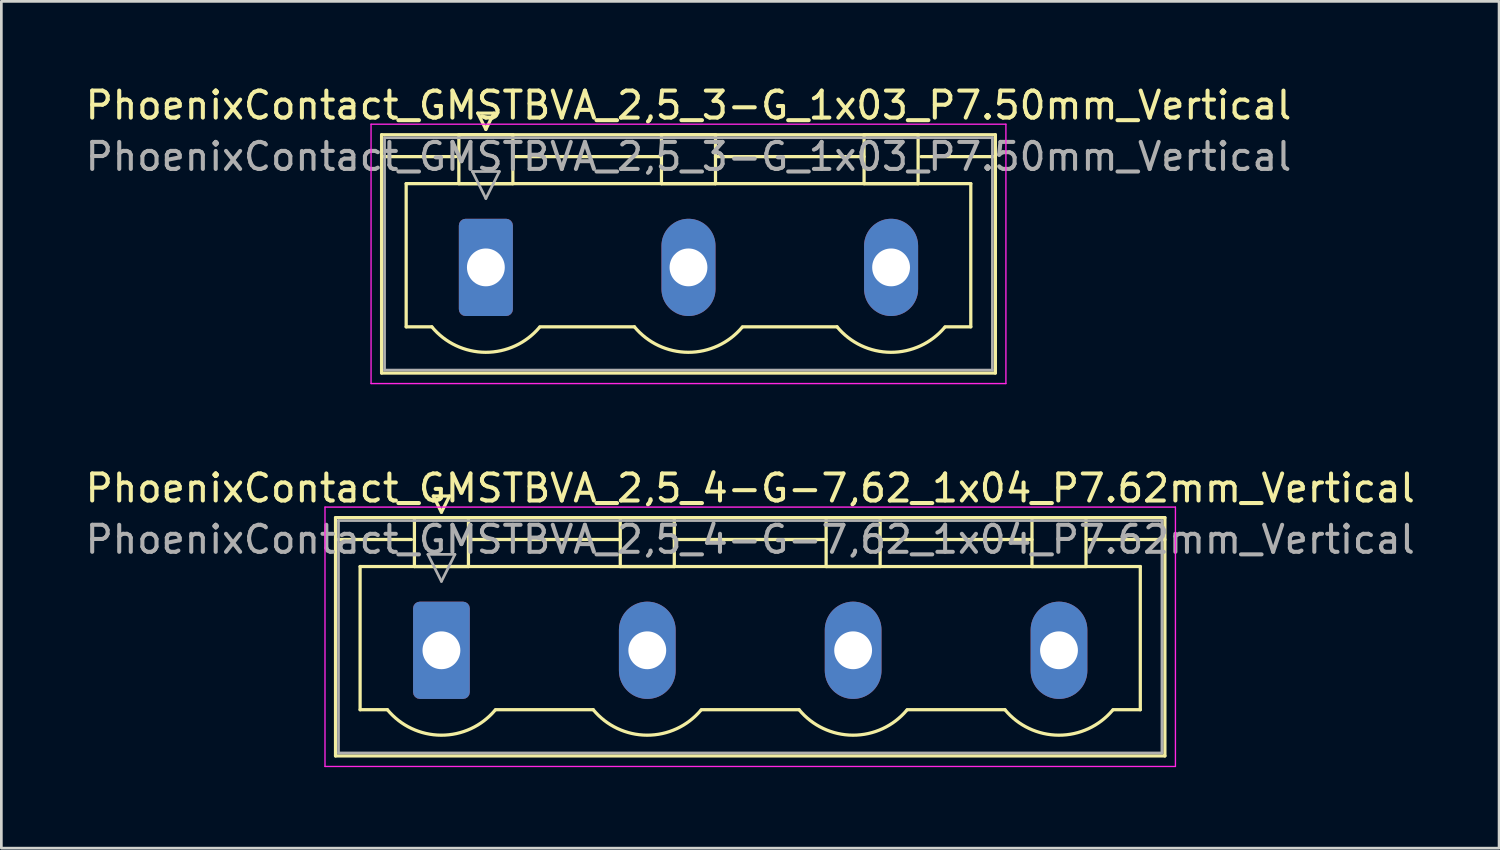
<source format=kicad_pcb>
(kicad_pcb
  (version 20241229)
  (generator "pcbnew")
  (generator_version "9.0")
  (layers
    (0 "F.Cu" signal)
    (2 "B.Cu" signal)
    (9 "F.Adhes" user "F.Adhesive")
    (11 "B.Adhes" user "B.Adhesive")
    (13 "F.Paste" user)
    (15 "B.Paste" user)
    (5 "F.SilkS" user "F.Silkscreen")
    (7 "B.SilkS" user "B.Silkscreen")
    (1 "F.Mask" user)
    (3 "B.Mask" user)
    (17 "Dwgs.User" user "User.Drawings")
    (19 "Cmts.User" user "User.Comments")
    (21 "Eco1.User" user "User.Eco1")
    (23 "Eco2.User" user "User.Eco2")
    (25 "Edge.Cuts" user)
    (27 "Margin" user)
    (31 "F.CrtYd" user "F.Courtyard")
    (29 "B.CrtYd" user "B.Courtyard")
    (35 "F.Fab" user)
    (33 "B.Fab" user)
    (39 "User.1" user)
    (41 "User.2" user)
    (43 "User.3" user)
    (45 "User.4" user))
  (footprint "PhoenixContact_GMSTBVA_2,5_3-G_1x03_P7.50mm_Vertical"
    (layer "F.Cu")
    (at 14.935 6.848)
    (property "Reference" "PhoenixContact_GMSTBVA_2,5_3-G_1x03_P7.50mm_Vertical" (at 7.5 -6 0) (layer "F.SilkS") (effects (font (size 1 1) (thickness 0.15))))
    (attr through_hole)
    (fp_line (start -3.86 -4.91) (end -3.86 3.91) (stroke (width 0.12) (type solid)) (layer "F.SilkS"))
    (fp_line (start -3.86 -4.1) (end -1.11 -4.1) (stroke (width 0.12) (type solid)) (layer "F.SilkS"))
    (fp_line (start -3.86 3.91) (end 18.86 3.91) (stroke (width 0.12) (type solid)) (layer "F.SilkS"))
    (fp_line (start -2.95 -3.1) (end 17.95 -3.1) (stroke (width 0.12) (type solid)) (layer "F.SilkS"))
    (fp_line (start -2.95 2.2) (end -2.95 -3.1) (stroke (width 0.12) (type solid)) (layer "F.SilkS"))
    (fp_line (start -2 2.2) (end -2.95 2.2) (stroke (width 0.12) (type solid)) (layer "F.SilkS"))
    (fp_line (start -1 -4.91) (end 1 -4.91) (stroke (width 0.12) (type solid)) (layer "F.SilkS"))
    (fp_line (start -1 -3.1) (end -1 -4.91) (stroke (width 0.12) (type solid)) (layer "F.SilkS"))
    (fp_line (start -0.3 -5.71) (end 0.3 -5.71) (stroke (width 0.12) (type solid)) (layer "F.SilkS"))
    (fp_line (start 0 -5.11) (end -0.3 -5.71) (stroke (width 0.12) (type solid)) (layer "F.SilkS"))
    (fp_line (start 0.3 -5.71) (end 0 -5.11) (stroke (width 0.12) (type solid)) (layer "F.SilkS"))
    (fp_line (start 1 -4.91) (end 1 -3.1) (stroke (width 0.12) (type solid)) (layer "F.SilkS"))
    (fp_line (start 1 -4.1) (end 6.5 -4.1) (stroke (width 0.12) (type solid)) (layer "F.SilkS"))
    (fp_line (start 1 -3.1) (end -1 -3.1) (stroke (width 0.12) (type solid)) (layer "F.SilkS"))
    (fp_line (start 2 2.2) (end 5.5 2.2) (stroke (width 0.12) (type solid)) (layer "F.SilkS"))
    (fp_line (start 6.5 -4.91) (end 8.5 -4.91) (stroke (width 0.12) (type solid)) (layer "F.SilkS"))
    (fp_line (start 6.5 -3.1) (end 6.5 -4.91) (stroke (width 0.12) (type solid)) (layer "F.SilkS"))
    (fp_line (start 8.5 -4.91) (end 8.5 -3.1) (stroke (width 0.12) (type solid)) (layer "F.SilkS"))
    (fp_line (start 8.5 -4.1) (end 14 -4.1) (stroke (width 0.12) (type solid)) (layer "F.SilkS"))
    (fp_line (start 8.5 -3.1) (end 6.5 -3.1) (stroke (width 0.12) (type solid)) (layer "F.SilkS"))
    (fp_line (start 9.5 2.2) (end 13 2.2) (stroke (width 0.12) (type solid)) (layer "F.SilkS"))
    (fp_line (start 14 -4.91) (end 16 -4.91) (stroke (width 0.12) (type solid)) (layer "F.SilkS"))
    (fp_line (start 14 -3.1) (end 14 -4.91) (stroke (width 0.12) (type solid)) (layer "F.SilkS"))
    (fp_line (start 16 -4.91) (end 16 -3.1) (stroke (width 0.12) (type solid)) (layer "F.SilkS"))
    (fp_line (start 16 -3.1) (end 14 -3.1) (stroke (width 0.12) (type solid)) (layer "F.SilkS"))
    (fp_line (start 17.95 -3.1) (end 17.95 2.2) (stroke (width 0.12) (type solid)) (layer "F.SilkS"))
    (fp_line (start 17.95 2.2) (end 17 2.2) (stroke (width 0.12) (type solid)) (layer "F.SilkS"))
    (fp_line (start 18.86 -4.91) (end -3.86 -4.91) (stroke (width 0.12) (type solid)) (layer "F.SilkS"))
    (fp_line (start 18.86 -4.1) (end 16.11 -4.1) (stroke (width 0.12) (type solid)) (layer "F.SilkS"))
    (fp_line (start 18.86 3.91) (end 18.86 -4.91) (stroke (width 0.12) (type solid)) (layer "F.SilkS"))
    (fp_arc (start 1.986842 2.215821) (mid -0.010289 3.142758) (end -2 2.2) (stroke (width 0.12) (type solid)) (layer "F.SilkS"))
    (fp_arc (start 9.486842 2.215821) (mid 7.489711 3.142758) (end 5.5 2.2) (stroke (width 0.12) (type solid)) (layer "F.SilkS"))
    (fp_arc (start 16.986842 2.215821) (mid 14.989711 3.142758) (end 13 2.2) (stroke (width 0.12) (type solid)) (layer "F.SilkS"))
    (fp_line (start -4.25 -5.3) (end -4.25 4.3) (stroke (width 0.05) (type solid)) (layer "F.CrtYd"))
    (fp_line (start -4.25 4.3) (end 19.25 4.3) (stroke (width 0.05) (type solid)) (layer "F.CrtYd"))
    (fp_line (start 19.25 -5.3) (end -4.25 -5.3) (stroke (width 0.05) (type solid)) (layer "F.CrtYd"))
    (fp_line (start 19.25 4.3) (end 19.25 -5.3) (stroke (width 0.05) (type solid)) (layer "F.CrtYd"))
    (fp_line (start -3.75 -4.8) (end -3.75 3.8) (stroke (width 0.1) (type solid)) (layer "F.Fab"))
    (fp_line (start -3.75 3.8) (end 18.75 3.8) (stroke (width 0.1) (type solid)) (layer "F.Fab"))
    (fp_line (start -0.5 -3.55) (end 0.5 -3.55) (stroke (width 0.1) (type solid)) (layer "F.Fab"))
    (fp_line (start 0 -2.55) (end -0.5 -3.55) (stroke (width 0.1) (type solid)) (layer "F.Fab"))
    (fp_line (start 0.5 -3.55) (end 0 -2.55) (stroke (width 0.1) (type solid)) (layer "F.Fab"))
    (fp_line (start 18.75 -4.8) (end -3.75 -4.8) (stroke (width 0.1) (type solid)) (layer "F.Fab"))
    (fp_line (start 18.75 3.8) (end 18.75 -4.8) (stroke (width 0.1) (type solid)) (layer "F.Fab"))
    (fp_text user "${REFERENCE}" (at 7.5 -4.1 0) (layer "F.Fab") (effects (font (size 1 1) (thickness 0.15))))
    (pad "1" thru_hole roundrect (at 0 0) (size 2 3.6) (drill 1.4) (layers "*.Cu" "*.Mask") (roundrect_rratio 0.125))
    (pad "2" thru_hole oval (at 7.5 0) (size 2 3.6) (drill 1.4) (layers "*.Cu" "*.Mask"))
    (pad "3" thru_hole oval (at 15 0) (size 2 3.6) (drill 1.4) (layers "*.Cu" "*.Mask")))
  (footprint "PhoenixContact_GMSTBVA_2,5_4-G-7,62_1x04_P7.62mm_Vertical"
    (layer "F.Cu")
    (at 13.29 21.021)
    (property "Reference" "PhoenixContact_GMSTBVA_2,5_4-G-7,62_1x04_P7.62mm_Vertical" (at 11.43 -6 0) (layer "F.SilkS") (effects (font (size 1 1) (thickness 0.15))))
    (attr through_hole)
    (fp_line (start -3.92 -4.91) (end -3.92 3.91) (stroke (width 0.12) (type solid)) (layer "F.SilkS"))
    (fp_line (start -3.92 -4.1) (end -1.11 -4.1) (stroke (width 0.12) (type solid)) (layer "F.SilkS"))
    (fp_line (start -3.92 3.91) (end 26.78 3.91) (stroke (width 0.12) (type solid)) (layer "F.SilkS"))
    (fp_line (start -3.01 -3.1) (end 25.87 -3.1) (stroke (width 0.12) (type solid)) (layer "F.SilkS"))
    (fp_line (start -3.01 2.2) (end -3.01 -3.1) (stroke (width 0.12) (type solid)) (layer "F.SilkS"))
    (fp_line (start -2 2.2) (end -3.01 2.2) (stroke (width 0.12) (type solid)) (layer "F.SilkS"))
    (fp_line (start -1 -4.91) (end 1 -4.91) (stroke (width 0.12) (type solid)) (layer "F.SilkS"))
    (fp_line (start -1 -3.1) (end -1 -4.91) (stroke (width 0.12) (type solid)) (layer "F.SilkS"))
    (fp_line (start -0.3 -5.71) (end 0.3 -5.71) (stroke (width 0.12) (type solid)) (layer "F.SilkS"))
    (fp_line (start 0 -5.11) (end -0.3 -5.71) (stroke (width 0.12) (type solid)) (layer "F.SilkS"))
    (fp_line (start 0.3 -5.71) (end 0 -5.11) (stroke (width 0.12) (type solid)) (layer "F.SilkS"))
    (fp_line (start 1 -4.91) (end 1 -3.1) (stroke (width 0.12) (type solid)) (layer "F.SilkS"))
    (fp_line (start 1 -4.1) (end 6.62 -4.1) (stroke (width 0.12) (type solid)) (layer "F.SilkS"))
    (fp_line (start 1 -3.1) (end -1 -3.1) (stroke (width 0.12) (type solid)) (layer "F.SilkS"))
    (fp_line (start 2 2.2) (end 5.62 2.2) (stroke (width 0.12) (type solid)) (layer "F.SilkS"))
    (fp_line (start 6.62 -4.91) (end 8.62 -4.91) (stroke (width 0.12) (type solid)) (layer "F.SilkS"))
    (fp_line (start 6.62 -3.1) (end 6.62 -4.91) (stroke (width 0.12) (type solid)) (layer "F.SilkS"))
    (fp_line (start 8.62 -4.91) (end 8.62 -3.1) (stroke (width 0.12) (type solid)) (layer "F.SilkS"))
    (fp_line (start 8.62 -4.1) (end 14.24 -4.1) (stroke (width 0.12) (type solid)) (layer "F.SilkS"))
    (fp_line (start 8.62 -3.1) (end 6.62 -3.1) (stroke (width 0.12) (type solid)) (layer "F.SilkS"))
    (fp_line (start 9.62 2.2) (end 13.24 2.2) (stroke (width 0.12) (type solid)) (layer "F.SilkS"))
    (fp_line (start 14.24 -4.91) (end 16.24 -4.91) (stroke (width 0.12) (type solid)) (layer "F.SilkS"))
    (fp_line (start 14.24 -3.1) (end 14.24 -4.91) (stroke (width 0.12) (type solid)) (layer "F.SilkS"))
    (fp_line (start 16.24 -4.91) (end 16.24 -3.1) (stroke (width 0.12) (type solid)) (layer "F.SilkS"))
    (fp_line (start 16.24 -4.1) (end 21.86 -4.1) (stroke (width 0.12) (type solid)) (layer "F.SilkS"))
    (fp_line (start 16.24 -3.1) (end 14.24 -3.1) (stroke (width 0.12) (type solid)) (layer "F.SilkS"))
    (fp_line (start 17.24 2.2) (end 20.86 2.2) (stroke (width 0.12) (type solid)) (layer "F.SilkS"))
    (fp_line (start 21.86 -4.91) (end 23.86 -4.91) (stroke (width 0.12) (type solid)) (layer "F.SilkS"))
    (fp_line (start 21.86 -3.1) (end 21.86 -4.91) (stroke (width 0.12) (type solid)) (layer "F.SilkS"))
    (fp_line (start 23.86 -4.91) (end 23.86 -3.1) (stroke (width 0.12) (type solid)) (layer "F.SilkS"))
    (fp_line (start 23.86 -3.1) (end 21.86 -3.1) (stroke (width 0.12) (type solid)) (layer "F.SilkS"))
    (fp_line (start 25.87 -3.1) (end 25.87 2.2) (stroke (width 0.12) (type solid)) (layer "F.SilkS"))
    (fp_line (start 25.87 2.2) (end 24.86 2.2) (stroke (width 0.12) (type solid)) (layer "F.SilkS"))
    (fp_line (start 26.78 -4.91) (end -3.92 -4.91) (stroke (width 0.12) (type solid)) (layer "F.SilkS"))
    (fp_line (start 26.78 -4.1) (end 23.97 -4.1) (stroke (width 0.12) (type solid)) (layer "F.SilkS"))
    (fp_line (start 26.78 3.91) (end 26.78 -4.91) (stroke (width 0.12) (type solid)) (layer "F.SilkS"))
    (fp_arc (start 1.986842 2.215821) (mid -0.010289 3.142758) (end -2 2.2) (stroke (width 0.12) (type solid)) (layer "F.SilkS"))
    (fp_arc (start 9.606842 2.215821) (mid 7.609711 3.142758) (end 5.62 2.2) (stroke (width 0.12) (type solid)) (layer "F.SilkS"))
    (fp_arc (start 17.226842 2.215821) (mid 15.229711 3.142758) (end 13.24 2.2) (stroke (width 0.12) (type solid)) (layer "F.SilkS"))
    (fp_arc (start 24.846842 2.215821) (mid 22.849711 3.142758) (end 20.86 2.2) (stroke (width 0.12) (type solid)) (layer "F.SilkS"))
    (fp_line (start -4.31 -5.3) (end -4.31 4.3) (stroke (width 0.05) (type solid)) (layer "F.CrtYd"))
    (fp_line (start -4.31 4.3) (end 27.17 4.3) (stroke (width 0.05) (type solid)) (layer "F.CrtYd"))
    (fp_line (start 27.17 -5.3) (end -4.31 -5.3) (stroke (width 0.05) (type solid)) (layer "F.CrtYd"))
    (fp_line (start 27.17 4.3) (end 27.17 -5.3) (stroke (width 0.05) (type solid)) (layer "F.CrtYd"))
    (fp_line (start -3.81 -4.8) (end -3.81 3.8) (stroke (width 0.1) (type solid)) (layer "F.Fab"))
    (fp_line (start -3.81 3.8) (end 26.67 3.8) (stroke (width 0.1) (type solid)) (layer "F.Fab"))
    (fp_line (start -0.5 -3.55) (end 0.5 -3.55) (stroke (width 0.1) (type solid)) (layer "F.Fab"))
    (fp_line (start 0 -2.55) (end -0.5 -3.55) (stroke (width 0.1) (type solid)) (layer "F.Fab"))
    (fp_line (start 0.5 -3.55) (end 0 -2.55) (stroke (width 0.1) (type solid)) (layer "F.Fab"))
    (fp_line (start 26.67 -4.8) (end -3.81 -4.8) (stroke (width 0.1) (type solid)) (layer "F.Fab"))
    (fp_line (start 26.67 3.8) (end 26.67 -4.8) (stroke (width 0.1) (type solid)) (layer "F.Fab"))
    (fp_text user "${REFERENCE}" (at 11.43 -4.1 0) (layer "F.Fab") (effects (font (size 1 1) (thickness 0.15))))
    (pad "1" thru_hole roundrect (at 0 0) (size 2.1 3.6) (drill 1.4) (layers "*.Cu" "*.Mask") (roundrect_rratio 0.119))
    (pad "2" thru_hole oval (at 7.62 0) (size 2.1 3.6) (drill 1.4) (layers "*.Cu" "*.Mask"))
    (pad "3" thru_hole oval (at 15.24 0) (size 2.1 3.6) (drill 1.4) (layers "*.Cu" "*.Mask"))
    (pad "4" thru_hole oval (at 22.86 0) (size 2.1 3.6) (drill 1.4) (layers "*.Cu" "*.Mask")))
  (gr_rect
    (start -3 -3)
    (end 52.44 28.346)
    (stroke (width 0.1) (type default))
    (fill no)
    (layer "Edge.Cuts")))
</source>
